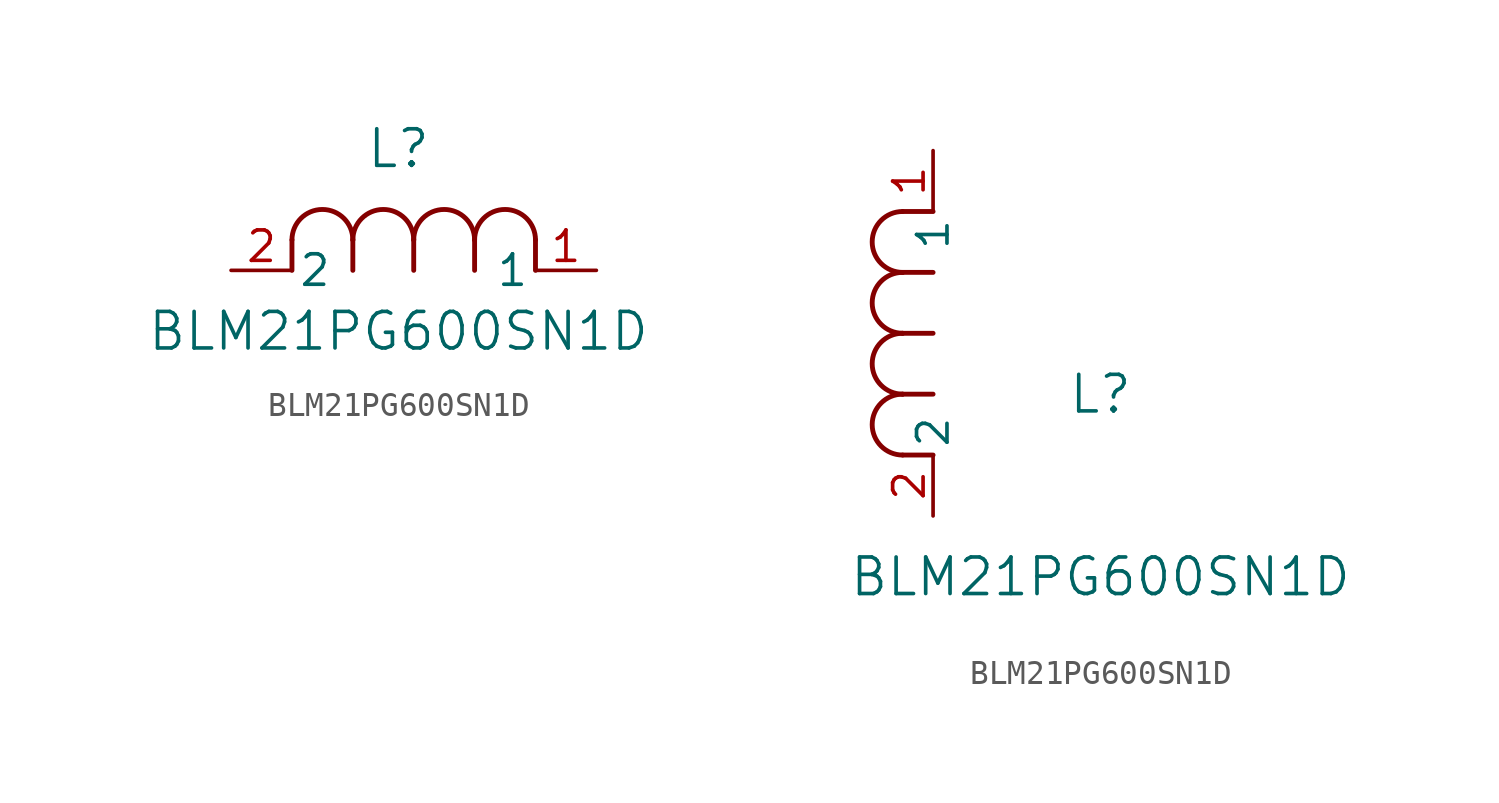
<source format=kicad_sym>
(kicad_symbol_lib
  (version 20211014)
  (generator kicad_symbol_editor)
  (symbol "BLM21PG600SN1D"
    (pin_names
      (offset 0.254))
    (property "Reference" "L"
      (at 6.985 5.08 0)
      (effects (font (size 1.524 1.524))))
    (property "Value" "BLM21PG600SN1D"
      (at 6.985 -2.54 0)
      (effects (font (size 1.524 1.524))))
    (symbol "BLM21PG600SN1D_1_1"
      (arc (start 7.62 1.27) (mid 6.35 2.54) (end 5.08 1.27) (stroke (width 0.2032) (type default) (color 0 0 0 0)) (fill (type none)))
      (polyline (pts (xy 5.08 0) (xy 5.08 1.27)) (stroke (width 0.203) (type default) (color 0 0 0 0)) (fill (type none)))
      (polyline (pts (xy 7.62 0) (xy 7.62 1.27)) (stroke (width 0.203) (type default) (color 0 0 0 0)) (fill (type none)))
      (polyline (pts (xy 12.7 0) (xy 12.7 1.27)) (stroke (width 0.203) (type default) (color 0 0 0 0)) (fill (type none)))
      (arc (start 5.08 1.27) (mid 3.81 2.54) (end 2.54 1.27) (stroke (width 0.2032) (type default) (color 0 0 0 0)) (fill (type none)))
      (arc (start 10.16 1.27) (mid 8.89 2.54) (end 7.62 1.27) (stroke (width 0.2032) (type default) (color 0 0 0 0)) (fill (type none)))
      (arc (start 12.7 1.27) (mid 11.43 2.54) (end 10.16 1.27) (stroke (width 0.2032) (type default) (color 0 0 0 0)) (fill (type none)))
      (polyline (pts (xy 2.54 0) (xy 2.54 1.27)) (stroke (width 0.203) (type default) (color 0 0 0 0)) (fill (type none)))
      (polyline (pts (xy 10.16 0) (xy 10.16 1.27)) (stroke (width 0.203) (type default) (color 0 0 0 0)) (fill (type none)))
      (pin unspecified line (at 0 0 0) (length 2.54) (name "2" (effects (font (size 1.27 1.27)))) (number "2" (effects (font (size 1.27 1.27)))))
      (pin unspecified line (at 15.24 0 180) (length 2.54) (name "1" (effects (font (size 1.27 1.27)))) (number "1" (effects (font (size 1.27 1.27))))))
    (symbol "BLM21PG600SN1D_1_2"
      (arc (start -1.27 7.62) (mid -2.54 6.35) (end -1.27 5.08) (stroke (width 0.2032) (type default) (color 0 0 0 0)) (fill (type none)))
      (arc (start -1.27 5.08) (mid -2.54 3.81) (end -1.27 2.54) (stroke (width 0.2032) (type default) (color 0 0 0 0)) (fill (type none)))
      (arc (start -1.27 12.7) (mid -2.54 11.43) (end -1.27 10.16) (stroke (width 0.2032) (type default) (color 0 0 0 0)) (fill (type none)))
      (arc (start -1.27 10.16) (mid -2.54 8.89) (end -1.27 7.62) (stroke (width 0.2032) (type default) (color 0 0 0 0)) (fill (type none)))
      (polyline (pts (xy 0 7.62) (xy -1.27 7.62)) (stroke (width 0.203) (type default) (color 0 0 0 0)) (fill (type none)))
      (polyline (pts (xy 0 5.08) (xy -1.27 5.08)) (stroke (width 0.203) (type default) (color 0 0 0 0)) (fill (type none)))
      (polyline (pts (xy 0 12.7) (xy -1.27 12.7)) (stroke (width 0.203) (type default) (color 0 0 0 0)) (fill (type none)))
      (polyline (pts (xy 0 2.54) (xy -1.27 2.54)) (stroke (width 0.203) (type default) (color 0 0 0 0)) (fill (type none)))
      (polyline (pts (xy 0 10.16) (xy -1.27 10.16)) (stroke (width 0.203) (type default) (color 0 0 0 0)) (fill (type none)))
      (pin unspecified line (at 0 0 90) (length 2.54) (name "2" (effects (font (size 1.27 1.27)))) (number "2" (effects (font (size 1.27 1.27)))))
      (pin unspecified line (at 0 15.24 270) (length 2.54) (name "1" (effects (font (size 1.27 1.27)))) (number "1" (effects (font (size 1.27 1.27))))))))
</source>
